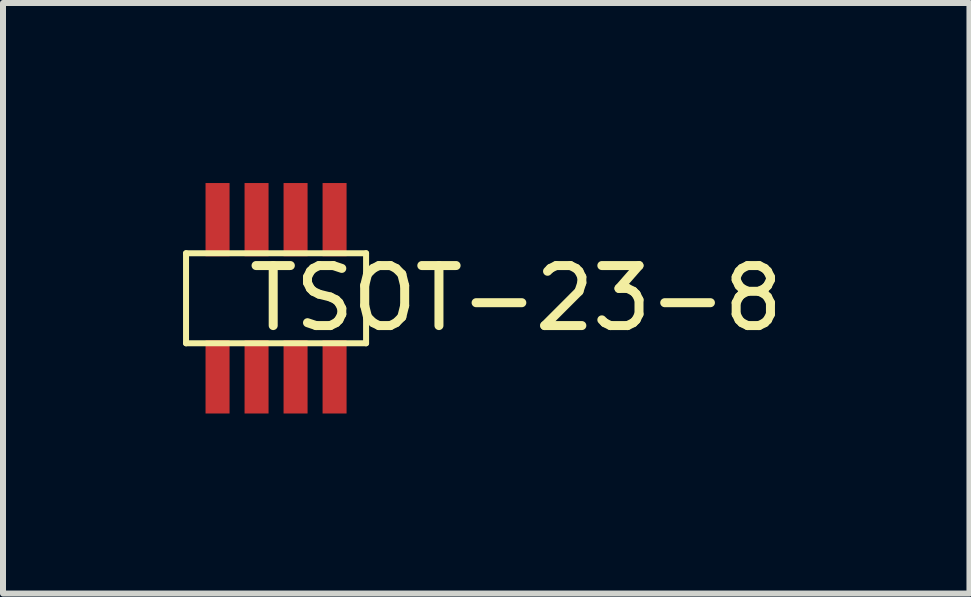
<source format=kicad_pcb>
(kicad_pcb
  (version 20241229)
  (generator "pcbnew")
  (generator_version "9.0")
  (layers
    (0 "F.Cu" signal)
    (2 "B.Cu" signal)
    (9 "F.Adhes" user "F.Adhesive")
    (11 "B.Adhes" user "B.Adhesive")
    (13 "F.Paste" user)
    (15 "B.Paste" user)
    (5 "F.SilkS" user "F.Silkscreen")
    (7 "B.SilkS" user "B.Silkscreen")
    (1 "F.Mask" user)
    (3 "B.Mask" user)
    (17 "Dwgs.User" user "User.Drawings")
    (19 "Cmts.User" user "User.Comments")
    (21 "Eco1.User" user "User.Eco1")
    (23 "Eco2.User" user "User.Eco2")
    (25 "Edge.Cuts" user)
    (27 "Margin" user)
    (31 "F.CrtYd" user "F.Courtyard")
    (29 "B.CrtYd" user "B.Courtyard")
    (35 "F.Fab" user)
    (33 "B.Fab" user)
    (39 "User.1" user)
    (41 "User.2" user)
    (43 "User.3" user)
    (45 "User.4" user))
  (footprint "TSOT-23-8"
    (layer "F.Cu")
    (at 1.55 1.92)
    (property "Reference" "TSOT-23-8" (at 4 0 0) (layer "F.SilkS") (effects (font (size 1 1) (thickness 0.15))))
    (attr through_hole)
    (fp_line (start -1.5 -0.75) (end 1.5 -0.75) (stroke (width 0.1) (type solid)) (layer "F.SilkS"))
    (fp_line (start -1.5 0.75) (end -1.5 -0.75) (stroke (width 0.1) (type solid)) (layer "F.SilkS"))
    (fp_line (start 1.5 -0.75) (end 1.5 0.75) (stroke (width 0.1) (type solid)) (layer "F.SilkS"))
    (fp_line (start 1.5 0.75) (end -1.5 0.75) (stroke (width 0.1) (type solid)) (layer "F.SilkS"))
    (pad "1" smd rect (at -0.975 1.31) (size 0.4 1.22) (layers "F.Cu" "F.Mask" "F.Paste"))
    (pad "2" smd rect (at -0.325 1.31) (size 0.4 1.22) (layers "F.Cu" "F.Mask" "F.Paste"))
    (pad "3" smd rect (at 0.325 1.31) (size 0.4 1.22) (layers "F.Cu" "F.Mask" "F.Paste"))
    (pad "4" smd rect (at 0.975 1.31) (size 0.4 1.22) (layers "F.Cu" "F.Mask" "F.Paste"))
    (pad "5" smd rect (at 0.975 -1.31) (size 0.4 1.22) (layers "F.Cu" "F.Mask" "F.Paste"))
    (pad "6" smd rect (at 0.325 -1.31) (size 0.4 1.22) (layers "F.Cu" "F.Mask" "F.Paste"))
    (pad "7" smd rect (at -0.325 -1.31) (size 0.4 1.22) (layers "F.Cu" "F.Mask" "F.Paste"))
    (pad "8" smd rect (at -0.975 -1.31) (size 0.4 1.22) (layers "F.Cu" "F.Mask" "F.Paste")))
  (gr_rect
    (start -3 -3)
    (end 13.104 6.84)
    (stroke (width 0.1) (type default))
    (fill no)
    (layer "Edge.Cuts")))
</source>
